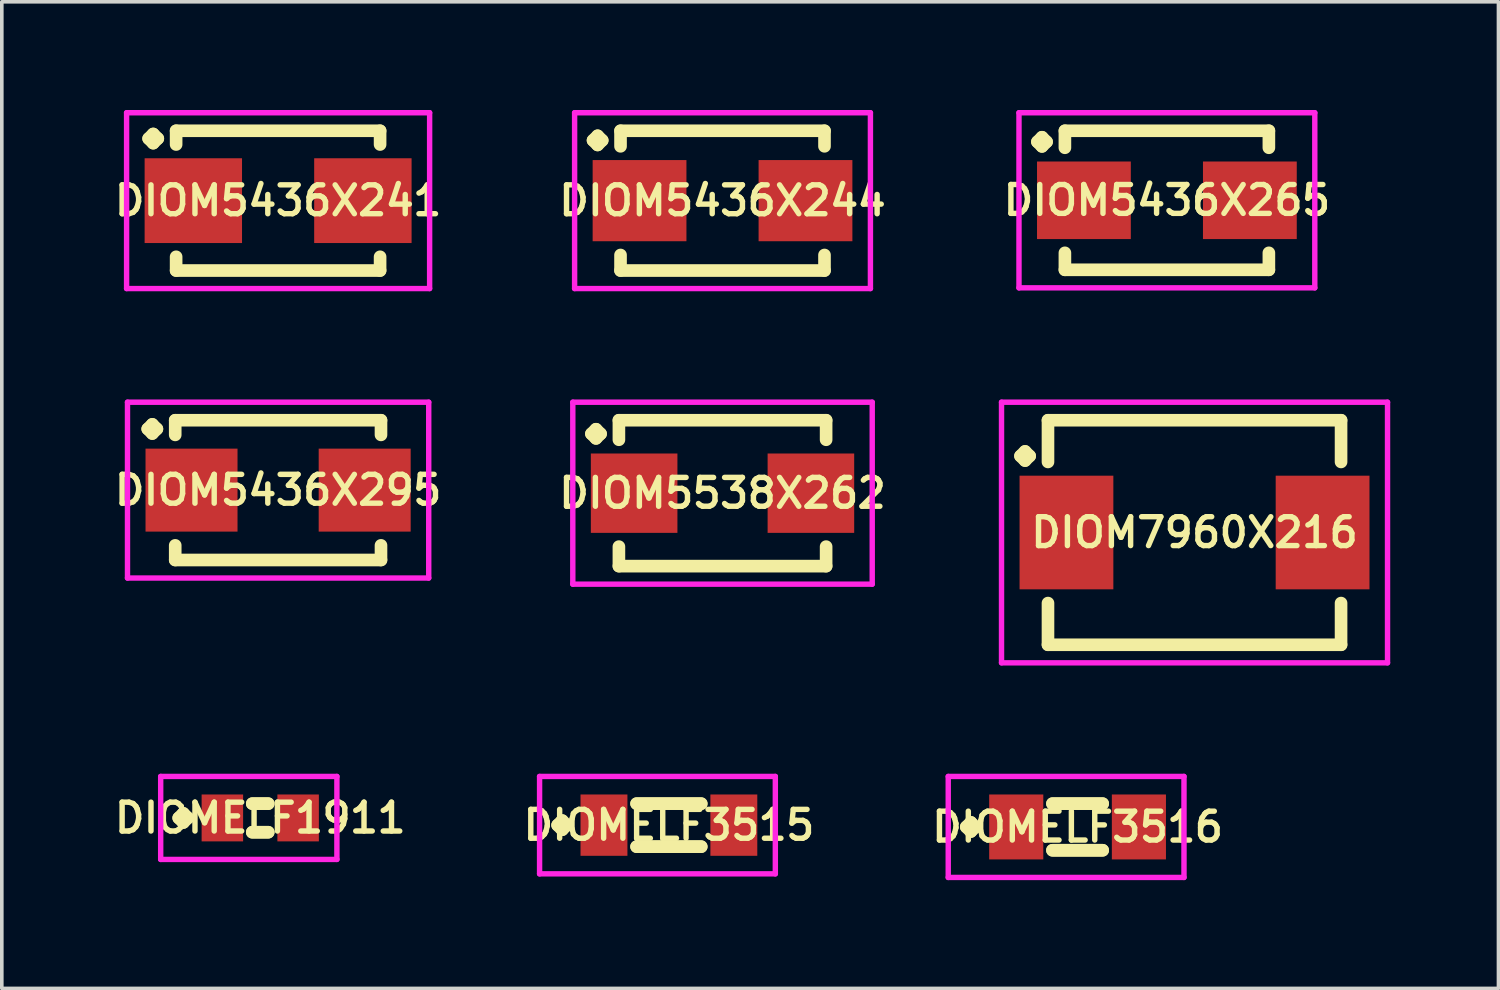
<source format=kicad_pcb>
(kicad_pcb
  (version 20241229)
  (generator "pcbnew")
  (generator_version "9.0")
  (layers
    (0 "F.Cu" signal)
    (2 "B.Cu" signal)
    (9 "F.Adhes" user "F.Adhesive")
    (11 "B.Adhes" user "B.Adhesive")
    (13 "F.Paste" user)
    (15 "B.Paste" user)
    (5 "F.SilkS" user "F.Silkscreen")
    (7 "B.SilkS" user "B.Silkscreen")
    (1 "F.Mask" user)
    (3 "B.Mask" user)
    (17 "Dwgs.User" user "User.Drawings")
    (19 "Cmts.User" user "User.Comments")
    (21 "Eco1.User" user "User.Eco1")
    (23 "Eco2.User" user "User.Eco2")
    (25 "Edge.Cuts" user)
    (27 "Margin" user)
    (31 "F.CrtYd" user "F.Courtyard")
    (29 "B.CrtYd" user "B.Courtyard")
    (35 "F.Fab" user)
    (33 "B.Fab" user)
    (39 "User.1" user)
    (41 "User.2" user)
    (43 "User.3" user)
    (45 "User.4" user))
  (footprint "DIOMELF1911"
    (layer "F.Cu")
    (at 4.164 19.623)
    (property "Reference" "DIOMELF1911" (at 0 0 0) (layer "F.SilkS") (effects (font (size 0.8 0.8) (thickness 0.15))))
    (attr smd)
    (fp_line (start -2.26 0) (end -2.133 -0.127) (stroke (width 0.35) (type solid)) (layer "F.SilkS"))
    (fp_line (start -2.133 -0.127) (end -2.006 0) (stroke (width 0.35) (type solid)) (layer "F.SilkS"))
    (fp_line (start -2.133 0.127) (end -2.26 0) (stroke (width 0.35) (type solid)) (layer "F.SilkS"))
    (fp_line (start -2.006 0) (end -2.133 0.127) (stroke (width 0.35) (type solid)) (layer "F.SilkS"))
    (fp_line (start -0.221 -0.396) (end 0.221 -0.396) (stroke (width 0.35) (type solid)) (layer "F.SilkS"))
    (fp_line (start -0.221 0.396) (end 0.221 0.396) (stroke (width 0.35) (type solid)) (layer "F.SilkS"))
    (fp_line (start 0.221 -0.396) (end -0.221 -0.396) (stroke (width 0.35) (type solid)) (layer "F.SilkS"))
    (fp_line (start 0.221 0.396) (end -0.221 0.396) (stroke (width 0.35) (type solid)) (layer "F.SilkS"))
    (fp_line (start -2.76 -1.15) (end 2.125 -1.15) (stroke (width 0.15) (type solid)) (layer "F.CrtYd"))
    (fp_line (start -2.76 1.15) (end -2.76 -1.15) (stroke (width 0.15) (type solid)) (layer "F.CrtYd"))
    (fp_line (start 2.125 -1.15) (end 2.125 1.15) (stroke (width 0.15) (type solid)) (layer "F.CrtYd"))
    (fp_line (start 2.125 1.15) (end -2.76 1.15) (stroke (width 0.15) (type solid)) (layer "F.CrtYd"))
    (pad "1" smd rect (at -1.05 0) (size 1.15 1.3) (layers "F.Cu" "F.Mask" "F.Paste"))
    (pad "2" smd rect (at 1.05 0) (size 1.15 1.3) (layers "F.Cu" "F.Mask" "F.Paste")))
  (footprint "DIOM5436X241"
    (layer "F.Cu")
    (at 4.659 2.512)
    (property "Reference" "DIOM5436X241" (at 0 0 0) (layer "F.SilkS") (effects (font (size 0.8 0.8) (thickness 0.15))))
    (attr smd)
    (fp_line (start -3.589 -1.721) (end -3.462 -1.848) (stroke (width 0.35) (type solid)) (layer "F.SilkS"))
    (fp_line (start -3.462 -1.848) (end -3.335 -1.721) (stroke (width 0.35) (type solid)) (layer "F.SilkS"))
    (fp_line (start -3.462 -1.594) (end -3.589 -1.721) (stroke (width 0.35) (type solid)) (layer "F.SilkS"))
    (fp_line (start -3.335 -1.721) (end -3.462 -1.594) (stroke (width 0.35) (type solid)) (layer "F.SilkS"))
    (fp_line (start -2.827 -1.937) (end 2.827 -1.937) (stroke (width 0.35) (type solid)) (layer "F.SilkS"))
    (fp_line (start -2.827 -1.556) (end -2.827 -1.937) (stroke (width 0.35) (type solid)) (layer "F.SilkS"))
    (fp_line (start -2.827 1.556) (end -2.827 1.937) (stroke (width 0.35) (type solid)) (layer "F.SilkS"))
    (fp_line (start -2.827 1.937) (end 2.827 1.937) (stroke (width 0.35) (type solid)) (layer "F.SilkS"))
    (fp_line (start 2.827 -1.937) (end 2.827 -1.556) (stroke (width 0.35) (type solid)) (layer "F.SilkS"))
    (fp_line (start 2.827 1.937) (end 2.827 1.556) (stroke (width 0.35) (type solid)) (layer "F.SilkS"))
    (fp_line (start -4.2 -2.437) (end 4.2 -2.437) (stroke (width 0.15) (type solid)) (layer "F.CrtYd"))
    (fp_line (start -4.2 2.437) (end -4.2 -2.437) (stroke (width 0.15) (type solid)) (layer "F.CrtYd"))
    (fp_line (start 4.2 -2.437) (end 4.2 2.437) (stroke (width 0.15) (type solid)) (layer "F.CrtYd"))
    (fp_line (start 4.2 2.437) (end -4.2 2.437) (stroke (width 0.15) (type solid)) (layer "F.CrtYd"))
    (pad "1" smd rect (at -2.35 0) (size 2.7 2.35) (layers "F.Cu" "F.Mask" "F.Paste"))
    (pad "2" smd rect (at 2.35 0) (size 2.7 2.35) (layers "F.Cu" "F.Mask" "F.Paste")))
  (footprint "DIOM5538X262"
    (layer "F.Cu")
    (at 16.978 10.621)
    (property "Reference" "DIOM5538X262" (at 0 0 0) (layer "F.SilkS") (effects (font (size 0.8 0.8) (thickness 0.15))))
    (attr smd)
    (fp_line (start -3.634 -1.646) (end -3.507 -1.773) (stroke (width 0.35) (type solid)) (layer "F.SilkS"))
    (fp_line (start -3.507 -1.773) (end -3.38 -1.646) (stroke (width 0.35) (type solid)) (layer "F.SilkS"))
    (fp_line (start -3.507 -1.519) (end -3.634 -1.646) (stroke (width 0.35) (type solid)) (layer "F.SilkS"))
    (fp_line (start -3.38 -1.646) (end -3.507 -1.519) (stroke (width 0.35) (type solid)) (layer "F.SilkS"))
    (fp_line (start -2.872 -2.022) (end 2.872 -2.022) (stroke (width 0.35) (type solid)) (layer "F.SilkS"))
    (fp_line (start -2.872 -1.481) (end -2.872 -2.022) (stroke (width 0.35) (type solid)) (layer "F.SilkS"))
    (fp_line (start -2.872 1.481) (end -2.872 2.022) (stroke (width 0.35) (type solid)) (layer "F.SilkS"))
    (fp_line (start -2.872 2.022) (end 2.872 2.022) (stroke (width 0.35) (type solid)) (layer "F.SilkS"))
    (fp_line (start 2.872 -2.022) (end 2.872 -1.481) (stroke (width 0.35) (type solid)) (layer "F.SilkS"))
    (fp_line (start 2.872 2.022) (end 2.872 1.481) (stroke (width 0.35) (type solid)) (layer "F.SilkS"))
    (fp_line (start -4.15 -2.522) (end 4.15 -2.522) (stroke (width 0.15) (type solid)) (layer "F.CrtYd"))
    (fp_line (start -4.15 2.522) (end -4.15 -2.522) (stroke (width 0.15) (type solid)) (layer "F.CrtYd"))
    (fp_line (start 4.15 -2.522) (end 4.15 2.522) (stroke (width 0.15) (type solid)) (layer "F.CrtYd"))
    (fp_line (start 4.15 2.522) (end -4.15 2.522) (stroke (width 0.15) (type solid)) (layer "F.CrtYd"))
    (pad "1" smd rect (at -2.45 0) (size 2.4 2.2) (layers "F.Cu" "F.Mask" "F.Paste"))
    (pad "2" smd rect (at 2.45 0) (size 2.4 2.2) (layers "F.Cu" "F.Mask" "F.Paste")))
  (footprint "DIOMELF3515"
    (layer "F.Cu")
    (at 15.492 19.823)
    (property "Reference" "DIOMELF3515" (at 0 0 0) (layer "F.SilkS") (effects (font (size 0.8 0.8) (thickness 0.15))))
    (attr smd)
    (fp_line (start -3.085 0) (end -2.958 -0.127) (stroke (width 0.35) (type solid)) (layer "F.SilkS"))
    (fp_line (start -2.958 -0.127) (end -2.831 0) (stroke (width 0.35) (type solid)) (layer "F.SilkS"))
    (fp_line (start -2.958 0.127) (end -3.085 0) (stroke (width 0.35) (type solid)) (layer "F.SilkS"))
    (fp_line (start -2.831 0) (end -2.958 0.127) (stroke (width 0.35) (type solid)) (layer "F.SilkS"))
    (fp_line (start -0.896 -0.596) (end 0.896 -0.596) (stroke (width 0.35) (type solid)) (layer "F.SilkS"))
    (fp_line (start -0.896 0.596) (end 0.896 0.596) (stroke (width 0.35) (type solid)) (layer "F.SilkS"))
    (fp_line (start 0.896 -0.596) (end -0.896 -0.596) (stroke (width 0.35) (type solid)) (layer "F.SilkS"))
    (fp_line (start 0.896 0.596) (end -0.896 0.596) (stroke (width 0.35) (type solid)) (layer "F.SilkS"))
    (fp_line (start -3.585 -1.35) (end 2.95 -1.35) (stroke (width 0.15) (type solid)) (layer "F.CrtYd"))
    (fp_line (start -3.585 1.35) (end -3.585 -1.35) (stroke (width 0.15) (type solid)) (layer "F.CrtYd"))
    (fp_line (start 2.95 -1.35) (end 2.95 1.35) (stroke (width 0.15) (type solid)) (layer "F.CrtYd"))
    (fp_line (start 2.95 1.35) (end -3.585 1.35) (stroke (width 0.15) (type solid)) (layer "F.CrtYd"))
    (pad "1" smd rect (at -1.8 0) (size 1.3 1.7) (layers "F.Cu" "F.Mask" "F.Paste"))
    (pad "2" smd rect (at 1.8 0) (size 1.3 1.7) (layers "F.Cu" "F.Mask" "F.Paste")))
  (footprint "DIOM7960X216"
    (layer "F.Cu")
    (at 30.062 11.711)
    (property "Reference" "DIOM7960X216" (at 0 0 0) (layer "F.SilkS") (effects (font (size 0.8 0.8) (thickness 0.15))))
    (attr smd)
    (fp_line (start -4.824 -2.121) (end -4.697 -2.248) (stroke (width 0.35) (type solid)) (layer "F.SilkS"))
    (fp_line (start -4.697 -2.248) (end -4.57 -2.121) (stroke (width 0.35) (type solid)) (layer "F.SilkS"))
    (fp_line (start -4.697 -1.994) (end -4.824 -2.121) (stroke (width 0.35) (type solid)) (layer "F.SilkS"))
    (fp_line (start -4.57 -2.121) (end -4.697 -1.994) (stroke (width 0.35) (type solid)) (layer "F.SilkS"))
    (fp_line (start -4.062 -3.112) (end 4.062 -3.112) (stroke (width 0.35) (type solid)) (layer "F.SilkS"))
    (fp_line (start -4.062 -1.956) (end -4.062 -3.112) (stroke (width 0.35) (type solid)) (layer "F.SilkS"))
    (fp_line (start -4.062 1.956) (end -4.062 3.112) (stroke (width 0.35) (type solid)) (layer "F.SilkS"))
    (fp_line (start -4.062 3.112) (end 4.062 3.112) (stroke (width 0.35) (type solid)) (layer "F.SilkS"))
    (fp_line (start 4.062 -3.112) (end 4.062 -1.956) (stroke (width 0.35) (type solid)) (layer "F.SilkS"))
    (fp_line (start 4.062 3.112) (end 4.062 1.956) (stroke (width 0.35) (type solid)) (layer "F.SilkS"))
    (fp_line (start -5.35 -3.612) (end 5.35 -3.612) (stroke (width 0.15) (type solid)) (layer "F.CrtYd"))
    (fp_line (start -5.35 3.612) (end -5.35 -3.612) (stroke (width 0.15) (type solid)) (layer "F.CrtYd"))
    (fp_line (start 5.35 -3.612) (end 5.35 3.612) (stroke (width 0.15) (type solid)) (layer "F.CrtYd"))
    (fp_line (start 5.35 3.612) (end -5.35 3.612) (stroke (width 0.15) (type solid)) (layer "F.CrtYd"))
    (pad "1" smd rect (at -3.55 0) (size 2.6 3.15) (layers "F.Cu" "F.Mask" "F.Paste"))
    (pad "2" smd rect (at 3.55 0) (size 2.6 3.15) (layers "F.Cu" "F.Mask" "F.Paste")))
  (footprint "DIOM5436X295"
    (layer "F.Cu")
    (at 4.659 10.536)
    (property "Reference" "DIOM5436X295" (at 0 0 0) (layer "F.SilkS") (effects (font (size 0.8 0.8) (thickness 0.15))))
    (attr smd)
    (fp_line (start -3.614 -1.696) (end -3.487 -1.823) (stroke (width 0.35) (type solid)) (layer "F.SilkS"))
    (fp_line (start -3.487 -1.823) (end -3.36 -1.696) (stroke (width 0.35) (type solid)) (layer "F.SilkS"))
    (fp_line (start -3.487 -1.569) (end -3.614 -1.696) (stroke (width 0.35) (type solid)) (layer "F.SilkS"))
    (fp_line (start -3.36 -1.696) (end -3.487 -1.569) (stroke (width 0.35) (type solid)) (layer "F.SilkS"))
    (fp_line (start -2.852 -1.937) (end 2.852 -1.937) (stroke (width 0.35) (type solid)) (layer "F.SilkS"))
    (fp_line (start -2.852 -1.531) (end -2.852 -1.937) (stroke (width 0.35) (type solid)) (layer "F.SilkS"))
    (fp_line (start -2.852 1.531) (end -2.852 1.937) (stroke (width 0.35) (type solid)) (layer "F.SilkS"))
    (fp_line (start -2.852 1.937) (end 2.852 1.937) (stroke (width 0.35) (type solid)) (layer "F.SilkS"))
    (fp_line (start 2.852 -1.937) (end 2.852 -1.531) (stroke (width 0.35) (type solid)) (layer "F.SilkS"))
    (fp_line (start 2.852 1.937) (end 2.852 1.531) (stroke (width 0.35) (type solid)) (layer "F.SilkS"))
    (fp_line (start -4.175 -2.437) (end 4.175 -2.437) (stroke (width 0.15) (type solid)) (layer "F.CrtYd"))
    (fp_line (start -4.175 2.437) (end -4.175 -2.437) (stroke (width 0.15) (type solid)) (layer "F.CrtYd"))
    (fp_line (start 4.175 -2.437) (end 4.175 2.437) (stroke (width 0.15) (type solid)) (layer "F.CrtYd"))
    (fp_line (start 4.175 2.437) (end -4.175 2.437) (stroke (width 0.15) (type solid)) (layer "F.CrtYd"))
    (pad "1" smd rect (at -2.4 0) (size 2.55 2.3) (layers "F.Cu" "F.Mask" "F.Paste"))
    (pad "2" smd rect (at 2.4 0) (size 2.55 2.3) (layers "F.Cu" "F.Mask" "F.Paste")))
  (footprint "DIOM5436X244"
    (layer "F.Cu")
    (at 16.978 2.512)
    (property "Reference" "DIOM5436X244" (at 0 0 0) (layer "F.SilkS") (effects (font (size 0.8 0.8) (thickness 0.15))))
    (attr smd)
    (fp_line (start -3.589 -1.671) (end -3.462 -1.798) (stroke (width 0.35) (type solid)) (layer "F.SilkS"))
    (fp_line (start -3.462 -1.798) (end -3.335 -1.671) (stroke (width 0.35) (type solid)) (layer "F.SilkS"))
    (fp_line (start -3.462 -1.544) (end -3.589 -1.671) (stroke (width 0.35) (type solid)) (layer "F.SilkS"))
    (fp_line (start -3.335 -1.671) (end -3.462 -1.544) (stroke (width 0.35) (type solid)) (layer "F.SilkS"))
    (fp_line (start -2.827 -1.937) (end 2.827 -1.937) (stroke (width 0.35) (type solid)) (layer "F.SilkS"))
    (fp_line (start -2.827 -1.506) (end -2.827 -1.937) (stroke (width 0.35) (type solid)) (layer "F.SilkS"))
    (fp_line (start -2.827 1.506) (end -2.827 1.937) (stroke (width 0.35) (type solid)) (layer "F.SilkS"))
    (fp_line (start -2.827 1.937) (end 2.827 1.937) (stroke (width 0.35) (type solid)) (layer "F.SilkS"))
    (fp_line (start 2.827 -1.937) (end 2.827 -1.506) (stroke (width 0.35) (type solid)) (layer "F.SilkS"))
    (fp_line (start 2.827 1.937) (end 2.827 1.506) (stroke (width 0.35) (type solid)) (layer "F.SilkS"))
    (fp_line (start -4.1 -2.437) (end 4.1 -2.437) (stroke (width 0.15) (type solid)) (layer "F.CrtYd"))
    (fp_line (start -4.1 2.437) (end -4.1 -2.437) (stroke (width 0.15) (type solid)) (layer "F.CrtYd"))
    (fp_line (start 4.1 -2.437) (end 4.1 2.437) (stroke (width 0.15) (type solid)) (layer "F.CrtYd"))
    (fp_line (start 4.1 2.437) (end -4.1 2.437) (stroke (width 0.15) (type solid)) (layer "F.CrtYd"))
    (pad "1" smd rect (at -2.3 0) (size 2.6 2.25) (layers "F.Cu" "F.Mask" "F.Paste"))
    (pad "2" smd rect (at 2.3 0) (size 2.6 2.25) (layers "F.Cu" "F.Mask" "F.Paste")))
  (footprint "DIOM5436X265"
    (layer "F.Cu")
    (at 29.296 2.502)
    (property "Reference" "DIOM5436X265" (at 0 0 0) (layer "F.SilkS") (effects (font (size 0.8 0.8) (thickness 0.15))))
    (attr smd)
    (fp_line (start -3.589 -1.621) (end -3.462 -1.748) (stroke (width 0.35) (type solid)) (layer "F.SilkS"))
    (fp_line (start -3.462 -1.748) (end -3.335 -1.621) (stroke (width 0.35) (type solid)) (layer "F.SilkS"))
    (fp_line (start -3.462 -1.494) (end -3.589 -1.621) (stroke (width 0.35) (type solid)) (layer "F.SilkS"))
    (fp_line (start -3.335 -1.621) (end -3.462 -1.494) (stroke (width 0.35) (type solid)) (layer "F.SilkS"))
    (fp_line (start -2.827 -1.927) (end 2.827 -1.927) (stroke (width 0.35) (type solid)) (layer "F.SilkS"))
    (fp_line (start -2.827 -1.456) (end -2.827 -1.927) (stroke (width 0.35) (type solid)) (layer "F.SilkS"))
    (fp_line (start -2.827 1.456) (end -2.827 1.927) (stroke (width 0.35) (type solid)) (layer "F.SilkS"))
    (fp_line (start -2.827 1.927) (end 2.827 1.927) (stroke (width 0.35) (type solid)) (layer "F.SilkS"))
    (fp_line (start 2.827 -1.927) (end 2.827 -1.456) (stroke (width 0.35) (type solid)) (layer "F.SilkS"))
    (fp_line (start 2.827 1.927) (end 2.827 1.456) (stroke (width 0.35) (type solid)) (layer "F.SilkS"))
    (fp_line (start -4.1 -2.427) (end 4.1 -2.427) (stroke (width 0.15) (type solid)) (layer "F.CrtYd"))
    (fp_line (start -4.1 2.427) (end -4.1 -2.427) (stroke (width 0.15) (type solid)) (layer "F.CrtYd"))
    (fp_line (start 4.1 -2.427) (end 4.1 2.427) (stroke (width 0.15) (type solid)) (layer "F.CrtYd"))
    (fp_line (start 4.1 2.427) (end -4.1 2.427) (stroke (width 0.15) (type solid)) (layer "F.CrtYd"))
    (pad "1" smd rect (at -2.3 0) (size 2.6 2.15) (layers "F.Cu" "F.Mask" "F.Paste"))
    (pad "2" smd rect (at 2.3 0) (size 2.6 2.15) (layers "F.Cu" "F.Mask" "F.Paste")))
  (footprint "DIOMELF3516"
    (layer "F.Cu")
    (at 26.82 19.873)
    (property "Reference" "DIOMELF3516" (at 0 0 0) (layer "F.SilkS") (effects (font (size 0.8 0.8) (thickness 0.15))))
    (attr smd)
    (fp_line (start -3.085 0) (end -2.958 -0.127) (stroke (width 0.35) (type solid)) (layer "F.SilkS"))
    (fp_line (start -2.958 -0.127) (end -2.831 0) (stroke (width 0.35) (type solid)) (layer "F.SilkS"))
    (fp_line (start -2.958 0.127) (end -3.085 0) (stroke (width 0.35) (type solid)) (layer "F.SilkS"))
    (fp_line (start -2.831 0) (end -2.958 0.127) (stroke (width 0.35) (type solid)) (layer "F.SilkS"))
    (fp_line (start -0.696 -0.646) (end 0.696 -0.646) (stroke (width 0.35) (type solid)) (layer "F.SilkS"))
    (fp_line (start -0.696 0.646) (end 0.696 0.646) (stroke (width 0.35) (type solid)) (layer "F.SilkS"))
    (fp_line (start 0.696 -0.646) (end -0.696 -0.646) (stroke (width 0.35) (type solid)) (layer "F.SilkS"))
    (fp_line (start 0.696 0.646) (end -0.696 0.646) (stroke (width 0.35) (type solid)) (layer "F.SilkS"))
    (fp_line (start -3.585 -1.4) (end 2.95 -1.4) (stroke (width 0.15) (type solid)) (layer "F.CrtYd"))
    (fp_line (start -3.585 1.4) (end -3.585 -1.4) (stroke (width 0.15) (type solid)) (layer "F.CrtYd"))
    (fp_line (start 2.95 -1.4) (end 2.95 1.4) (stroke (width 0.15) (type solid)) (layer "F.CrtYd"))
    (fp_line (start 2.95 1.4) (end -3.585 1.4) (stroke (width 0.15) (type solid)) (layer "F.CrtYd"))
    (pad "1" smd rect (at -1.7 0) (size 1.5 1.8) (layers "F.Cu" "F.Mask" "F.Paste"))
    (pad "2" smd rect (at 1.7 0) (size 1.5 1.8) (layers "F.Cu" "F.Mask" "F.Paste")))
  (gr_rect
    (start -3 -3)
    (end 38.487 24.348)
    (stroke (width 0.1) (type default))
    (fill no)
    (layer "Edge.Cuts")))
</source>
